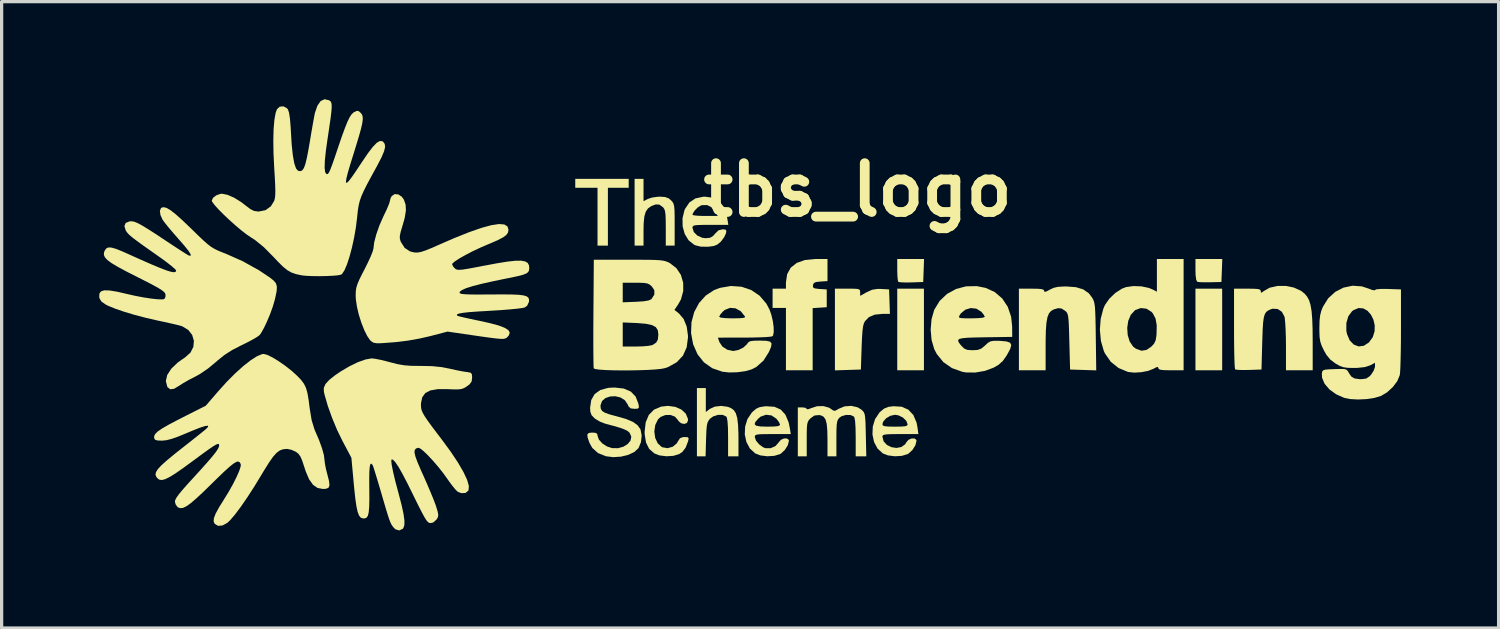
<source format=kicad_pcb>
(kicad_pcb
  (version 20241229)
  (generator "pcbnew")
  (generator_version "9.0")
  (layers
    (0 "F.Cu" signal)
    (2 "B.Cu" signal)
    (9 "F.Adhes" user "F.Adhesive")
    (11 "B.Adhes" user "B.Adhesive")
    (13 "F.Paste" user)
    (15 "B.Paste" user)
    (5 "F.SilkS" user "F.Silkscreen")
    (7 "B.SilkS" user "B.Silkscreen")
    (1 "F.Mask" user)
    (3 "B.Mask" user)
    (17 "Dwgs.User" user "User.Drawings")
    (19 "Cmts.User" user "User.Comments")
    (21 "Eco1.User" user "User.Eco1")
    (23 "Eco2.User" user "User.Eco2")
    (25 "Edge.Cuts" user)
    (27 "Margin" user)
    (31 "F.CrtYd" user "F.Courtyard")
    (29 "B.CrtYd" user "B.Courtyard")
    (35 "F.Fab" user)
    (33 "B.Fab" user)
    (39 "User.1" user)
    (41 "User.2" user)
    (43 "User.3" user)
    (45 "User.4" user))
  (footprint "tbs_logo"
    (layer "F.Cu")
    (at 20.011 6.597)
    (property "Reference" "tbs_logo" (at 3.302 -3.81 0) (layer "F.SilkS") (effects (font (size 1.5 1.5) (thickness 0.3))))
    (attr board_only exclude_from_pos_files exclude_from_bom)
    (fp_poly (pts (xy 5.335 0.479) (xy 5.335 1.733) (xy 4.925 1.733) (xy 4.515 1.733) (xy 4.515 0.479) (xy 4.515 -0.775) (xy 4.925 -0.775) (xy 5.335 -0.775)) (stroke (width 0) (type solid)) (fill yes) (layer "F.SilkS"))
    (fp_poly (pts (xy 14.501 0.479) (xy 14.501 1.733) (xy 14.091 1.733) (xy 13.68 1.733) (xy 13.68 0.479) (xy 13.68 -0.775) (xy 14.091 -0.775) (xy 14.501 -0.775)) (stroke (width 0) (type solid)) (fill yes) (layer "F.SilkS"))
    (fp_poly (pts (xy 14.492 -1.334) (xy 14.478 -0.98) (xy 14.136 -0.972) (xy 13.963 -0.971) (xy 13.822 -0.975) (xy 13.742 -0.985) (xy 13.737 -0.987) (xy 13.703 -1.048) (xy 13.684 -1.195) (xy 13.68 -1.349) (xy 13.68 -1.687) (xy 14.093 -1.687) (xy 14.505 -1.687)) (stroke (width 0) (type solid)) (fill yes) (layer "F.SilkS"))
    (fp_poly (pts (xy 5.326 -1.334) (xy 5.313 -0.98) (xy 4.946 -0.967) (xy 4.771 -0.965) (xy 4.632 -0.97) (xy 4.554 -0.982) (xy 4.547 -0.986) (xy 4.531 -1.045) (xy 4.52 -1.169) (xy 4.515 -1.333) (xy 4.515 -1.353) (xy 4.515 -1.687) (xy 4.927 -1.687) (xy 5.339 -1.687)) (stroke (width 0) (type solid)) (fill yes) (layer "F.SilkS"))
    (fp_poly (pts (xy -3.739 -4.013) (xy -3.739 -3.876) (xy -4.059 -3.876) (xy -4.378 -3.876) (xy -4.378 -2.987) (xy -4.378 -2.098) (xy -4.537 -2.098) (xy -4.697 -2.098) (xy -4.697 -2.987) (xy -4.697 -3.876) (xy -5.039 -3.876) (xy -5.381 -3.876) (xy -5.381 -4.013) (xy -5.381 -4.15) (xy -4.56 -4.15) (xy -3.739 -4.15)) (stroke (width 0) (type solid)) (fill yes) (layer "F.SilkS"))
    (fp_poly (pts (xy 3.175 -0.774) (xy 3.289 -0.767) (xy 3.349 -0.75) (xy 3.371 -0.716) (xy 3.375 -0.664) (xy 3.375 -0.554) (xy 3.577 -0.667) (xy 3.743 -0.742) (xy 3.908 -0.768) (xy 4.022 -0.766) (xy 4.264 -0.752) (xy 4.277 -0.376) (xy 4.29 0) (xy 4.063 0) (xy 3.823 0.023) (xy 3.647 0.097) (xy 3.523 0.224) (xy 3.49 0.289) (xy 3.465 0.383) (xy 3.447 0.521) (xy 3.433 0.718) (xy 3.421 0.99) (xy 3.42 1.026) (xy 3.397 1.71) (xy 2.998 1.723) (xy 2.599 1.736) (xy 2.599 0.481) (xy 2.599 -0.775) (xy 2.987 -0.775)) (stroke (width 0) (type solid)) (fill yes) (layer "F.SilkS"))
    (fp_poly (pts (xy 2.371 -1.348) (xy 2.371 -1.008) (xy 2.155 -0.994) (xy 2.02 -0.979) (xy 1.952 -0.948) (xy 1.925 -0.889) (xy 1.924 -0.88) (xy 1.925 -0.82) (xy 1.966 -0.787) (xy 2.068 -0.771) (xy 2.129 -0.766) (xy 2.348 -0.752) (xy 2.348 -0.479) (xy 2.348 -0.205) (xy 2.132 -0.191) (xy 1.915 -0.177) (xy 1.915 0.778) (xy 1.915 1.733) (xy 1.505 1.733) (xy 1.094 1.733) (xy 1.094 0.775) (xy 1.094 -0.182) (xy 0.889 -0.182) (xy 0.684 -0.182) (xy 0.684 -0.479) (xy 0.684 -0.775) (xy 0.889 -0.775) (xy 1.094 -0.775) (xy 1.094 -0.97) (xy 1.132 -1.222) (xy 1.242 -1.421) (xy 1.425 -1.566) (xy 1.677 -1.655) (xy 1.998 -1.687) (xy 2.016 -1.687) (xy 2.371 -1.687)) (stroke (width 0) (type solid)) (fill yes) (layer "F.SilkS"))
    (fp_poly (pts (xy -1.368 2.648) (xy -1.368 3.016) (xy -1.248 2.922) (xy -1.095 2.851) (xy -0.9 2.828) (xy -0.701 2.854) (xy -0.593 2.896) (xy -0.507 2.959) (xy -0.445 3.056) (xy -0.403 3.2) (xy -0.378 3.402) (xy -0.366 3.676) (xy -0.365 3.842) (xy -0.365 4.378) (xy -0.524 4.378) (xy -0.684 4.378) (xy -0.684 3.794) (xy -0.688 3.502) (xy -0.702 3.298) (xy -0.724 3.182) (xy -0.739 3.156) (xy -0.848 3.104) (xy -0.994 3.103) (xy -1.14 3.15) (xy -1.235 3.218) (xy -1.283 3.277) (xy -1.316 3.343) (xy -1.337 3.437) (xy -1.35 3.577) (xy -1.358 3.783) (xy -1.361 3.857) (xy -1.376 4.378) (xy -1.509 4.378) (xy -1.642 4.378) (xy -1.642 3.329) (xy -1.642 2.28) (xy -1.505 2.28) (xy -1.368 2.28)) (stroke (width 0) (type solid)) (fill yes) (layer "F.SilkS"))
    (fp_poly (pts (xy -3.283 -3.807) (xy -3.283 -3.463) (xy -3.149 -3.533) (xy -3.021 -3.575) (xy -2.856 -3.599) (xy -2.782 -3.603) (xy -2.621 -3.592) (xy -2.512 -3.552) (xy -2.438 -3.491) (xy -2.393 -3.442) (xy -2.363 -3.39) (xy -2.343 -3.317) (xy -2.332 -3.208) (xy -2.327 -3.044) (xy -2.326 -2.81) (xy -2.326 -2.738) (xy -2.326 -2.098) (xy -2.462 -2.098) (xy -2.599 -2.098) (xy -2.599 -2.645) (xy -2.601 -2.881) (xy -2.607 -3.044) (xy -2.621 -3.152) (xy -2.644 -3.222) (xy -2.68 -3.273) (xy -2.69 -3.283) (xy -2.797 -3.359) (xy -2.911 -3.364) (xy -3.049 -3.31) (xy -3.148 -3.239) (xy -3.216 -3.138) (xy -3.258 -2.99) (xy -3.279 -2.781) (xy -3.283 -2.552) (xy -3.283 -2.098) (xy -3.42 -2.098) (xy -3.557 -2.098) (xy -3.557 -3.124) (xy -3.557 -4.15) (xy -3.42 -4.15) (xy -3.283 -4.15)) (stroke (width 0) (type solid)) (fill yes) (layer "F.SilkS"))
    (fp_poly (pts (xy -2.307 2.858) (xy -2.118 2.941) (xy -1.984 3.066) (xy -1.919 3.222) (xy -1.915 3.271) (xy -1.948 3.352) (xy -2.027 3.382) (xy -2.123 3.364) (xy -2.205 3.297) (xy -2.226 3.262) (xy -2.318 3.158) (xy -2.456 3.106) (xy -2.612 3.109) (xy -2.756 3.166) (xy -2.838 3.242) (xy -2.923 3.417) (xy -2.951 3.615) (xy -2.925 3.809) (xy -2.848 3.976) (xy -2.725 4.09) (xy -2.705 4.099) (xy -2.545 4.128) (xy -2.385 4.083) (xy -2.26 3.978) (xy -2.226 3.919) (xy -2.162 3.821) (xy -2.066 3.787) (xy -2.021 3.785) (xy -1.923 3.791) (xy -1.895 3.828) (xy -1.913 3.915) (xy -1.989 4.112) (xy -2.089 4.242) (xy -2.188 4.309) (xy -2.366 4.363) (xy -2.581 4.376) (xy -2.793 4.349) (xy -2.95 4.288) (xy -3.11 4.148) (xy -3.207 3.953) (xy -3.248 3.696) (xy -3.249 3.622) (xy -3.216 3.332) (xy -3.12 3.105) (xy -2.962 2.944) (xy -2.746 2.851) (xy -2.533 2.827)) (stroke (width 0) (type solid)) (fill yes) (layer "F.SilkS"))
    (fp_poly (pts (xy 10.006 -0.821) (xy 10.231 -0.753) (xy 10.401 -0.634) (xy 10.499 -0.508) (xy 10.532 -0.45) (xy 10.558 -0.389) (xy 10.577 -0.311) (xy 10.591 -0.205) (xy 10.6 -0.056) (xy 10.607 0.147) (xy 10.613 0.419) (xy 10.617 0.697) (xy 10.631 1.736) (xy 10.229 1.723) (xy 9.827 1.71) (xy 9.804 0.851) (xy 9.796 0.551) (xy 9.788 0.328) (xy 9.778 0.171) (xy 9.765 0.064) (xy 9.746 -0.006) (xy 9.721 -0.051) (xy 9.686 -0.085) (xy 9.674 -0.095) (xy 9.565 -0.165) (xy 9.46 -0.176) (xy 9.326 -0.137) (xy 9.242 -0.09) (xy 9.178 -0.015) (xy 9.132 0.1) (xy 9.101 0.266) (xy 9.083 0.494) (xy 9.076 0.797) (xy 9.075 0.979) (xy 9.075 1.733) (xy 8.664 1.733) (xy 8.254 1.733) (xy 8.254 0.479) (xy 8.254 -0.775) (xy 8.641 -0.775) (xy 8.836 -0.772) (xy 8.955 -0.761) (xy 9.014 -0.74) (xy 9.029 -0.708) (xy 9.045 -0.676) (xy 9.105 -0.691) (xy 9.2 -0.743) (xy 9.32 -0.8) (xy 9.454 -0.831) (xy 9.636 -0.842) (xy 9.713 -0.843)) (stroke (width 0) (type solid)) (fill yes) (layer "F.SilkS"))
    (fp_poly (pts (xy 16.704 -0.81) (xy 16.924 -0.71) (xy 17.035 -0.622) (xy 17.113 -0.529) (xy 17.173 -0.417) (xy 17.217 -0.273) (xy 17.249 -0.086) (xy 17.269 0.157) (xy 17.28 0.466) (xy 17.283 0.854) (xy 17.283 0.869) (xy 17.283 1.733) (xy 16.873 1.733) (xy 16.462 1.733) (xy 16.462 0.992) (xy 16.459 0.727) (xy 16.451 0.483) (xy 16.439 0.278) (xy 16.425 0.133) (xy 16.416 0.085) (xy 16.335 -0.065) (xy 16.208 -0.15) (xy 16.053 -0.159) (xy 16.001 -0.144) (xy 15.919 -0.107) (xy 15.857 -0.062) (xy 15.813 0.007) (xy 15.781 0.111) (xy 15.76 0.263) (xy 15.746 0.477) (xy 15.736 0.764) (xy 15.732 0.885) (xy 15.71 1.71) (xy 15.32 1.723) (xy 15.139 1.725) (xy 14.995 1.721) (xy 14.91 1.71) (xy 14.898 1.704) (xy 14.89 1.652) (xy 14.882 1.52) (xy 14.875 1.322) (xy 14.87 1.069) (xy 14.867 0.774) (xy 14.866 0.449) (xy 14.866 0.448) (xy 14.866 -0.775) (xy 15.276 -0.775) (xy 15.474 -0.773) (xy 15.597 -0.764) (xy 15.662 -0.746) (xy 15.685 -0.716) (xy 15.687 -0.7) (xy 15.695 -0.65) (xy 15.735 -0.667) (xy 15.767 -0.693) (xy 15.958 -0.803) (xy 16.194 -0.858) (xy 16.452 -0.86)) (stroke (width 0) (type solid)) (fill yes) (layer "F.SilkS"))
    (fp_poly (pts (xy -1.147 -3.569) (xy -0.958 -3.467) (xy -0.82 -3.292) (xy -0.729 -3.041) (xy -0.708 -2.93) (xy -0.676 -2.736) (xy -1.227 -2.736) (xy -1.459 -2.735) (xy -1.615 -2.731) (xy -1.71 -2.721) (xy -1.758 -2.702) (xy -1.776 -2.673) (xy -1.778 -2.643) (xy -1.737 -2.514) (xy -1.629 -2.407) (xy -1.478 -2.339) (xy -1.371 -2.326) (xy -1.235 -2.34) (xy -1.141 -2.398) (xy -1.087 -2.462) (xy -0.977 -2.569) (xy -0.853 -2.599) (xy -0.761 -2.591) (xy -0.737 -2.546) (xy -0.75 -2.474) (xy -0.803 -2.359) (xy -0.893 -2.236) (xy -0.913 -2.215) (xy -1.01 -2.133) (xy -1.118 -2.088) (xy -1.274 -2.066) (xy -1.309 -2.064) (xy -1.522 -2.066) (xy -1.686 -2.107) (xy -1.733 -2.129) (xy -1.899 -2.263) (xy -2.017 -2.457) (xy -2.081 -2.689) (xy -2.085 -2.938) (xy -2.059 -3.045) (xy -1.778 -3.045) (xy -1.736 -3.029) (xy -1.624 -3.017) (xy -1.462 -3.01) (xy -1.39 -3.01) (xy -1.001 -3.01) (xy -1.068 -3.14) (xy -1.179 -3.272) (xy -1.329 -3.344) (xy -1.488 -3.342) (xy -1.515 -3.334) (xy -1.618 -3.27) (xy -1.714 -3.174) (xy -1.772 -3.077) (xy -1.778 -3.045) (xy -2.059 -3.045) (xy -2.025 -3.185) (xy -2.008 -3.225) (xy -1.874 -3.424) (xy -1.687 -3.549) (xy -1.446 -3.601) (xy -1.391 -3.602)) (stroke (width 0) (type solid)) (fill yes) (layer "F.SilkS"))
    (fp_poly (pts (xy 13.316 0.023) (xy 13.316 1.733) (xy 12.928 1.733) (xy 12.733 1.73) (xy 12.614 1.719) (xy 12.555 1.697) (xy 12.54 1.666) (xy 12.526 1.63) (xy 12.471 1.643) (xy 12.391 1.687) (xy 12.228 1.751) (xy 12.016 1.792) (xy 11.797 1.805) (xy 11.611 1.785) (xy 11.606 1.784) (xy 11.316 1.663) (xy 11.076 1.471) (xy 10.899 1.216) (xy 10.865 1.144) (xy 10.775 0.834) (xy 10.743 0.493) (xy 10.747 0.432) (xy 11.583 0.432) (xy 11.598 0.651) (xy 11.659 0.851) (xy 11.766 1.008) (xy 11.851 1.071) (xy 12.021 1.132) (xy 12.175 1.108) (xy 12.319 1.011) (xy 12.407 0.917) (xy 12.456 0.815) (xy 12.481 0.666) (xy 12.484 0.625) (xy 12.49 0.35) (xy 12.453 0.141) (xy 12.369 -0.017) (xy 12.328 -0.063) (xy 12.173 -0.16) (xy 11.997 -0.179) (xy 11.829 -0.117) (xy 11.821 -0.111) (xy 11.693 0.028) (xy 11.614 0.216) (xy 11.583 0.432) (xy 10.747 0.432) (xy 10.768 0.152) (xy 10.849 -0.16) (xy 10.899 -0.274) (xy 11.033 -0.467) (xy 11.216 -0.642) (xy 11.419 -0.774) (xy 11.546 -0.823) (xy 11.77 -0.855) (xy 12.018 -0.846) (xy 12.247 -0.798) (xy 12.353 -0.755) (xy 12.495 -0.682) (xy 12.495 -1.184) (xy 12.495 -1.687) (xy 12.905 -1.687) (xy 13.316 -1.687)) (stroke (width 0) (type solid)) (fill yes) (layer "F.SilkS"))
    (fp_poly (pts (xy 4.649 2.853) (xy 4.856 2.944) (xy 5.01 3.108) (xy 5.109 3.343) (xy 5.136 3.483) (xy 5.165 3.694) (xy 4.612 3.694) (xy 4.378 3.695) (xy 4.221 3.7) (xy 4.125 3.711) (xy 4.077 3.73) (xy 4.06 3.759) (xy 4.059 3.775) (xy 4.097 3.919) (xy 4.198 4.028) (xy 4.337 4.097) (xy 4.492 4.12) (xy 4.64 4.092) (xy 4.757 4.008) (xy 4.796 3.945) (xy 4.861 3.87) (xy 4.954 3.83) (xy 5.044 3.828) (xy 5.101 3.87) (xy 5.107 3.901) (xy 5.072 4.04) (xy 4.981 4.183) (xy 4.862 4.293) (xy 4.835 4.309) (xy 4.657 4.363) (xy 4.441 4.376) (xy 4.23 4.349) (xy 4.072 4.288) (xy 3.909 4.139) (xy 3.802 3.938) (xy 3.753 3.706) (xy 3.763 3.464) (xy 3.784 3.395) (xy 4.059 3.395) (xy 4.074 3.43) (xy 4.13 3.452) (xy 4.244 3.463) (xy 4.431 3.466) (xy 4.446 3.466) (xy 4.639 3.463) (xy 4.757 3.453) (xy 4.816 3.432) (xy 4.834 3.398) (xy 4.834 3.395) (xy 4.793 3.287) (xy 4.691 3.187) (xy 4.554 3.119) (xy 4.446 3.101) (xy 4.303 3.132) (xy 4.172 3.209) (xy 4.082 3.313) (xy 4.059 3.395) (xy 3.784 3.395) (xy 3.834 3.233) (xy 3.967 3.033) (xy 3.993 3.007) (xy 4.112 2.91) (xy 4.238 2.859) (xy 4.392 2.838)) (stroke (width 0) (type solid)) (fill yes) (layer "F.SilkS"))
    (fp_poly (pts (xy 0.739 2.855) (xy 0.934 2.94) (xy 1.078 3.098) (xy 1.176 3.332) (xy 1.212 3.503) (xy 1.243 3.694) (xy 0.69 3.694) (xy 0.458 3.695) (xy 0.301 3.699) (xy 0.206 3.709) (xy 0.157 3.727) (xy 0.139 3.757) (xy 0.137 3.787) (xy 0.174 3.895) (xy 0.268 4.008) (xy 0.39 4.098) (xy 0.465 4.128) (xy 0.624 4.128) (xy 0.771 4.064) (xy 0.871 3.951) (xy 0.874 3.945) (xy 0.94 3.87) (xy 1.032 3.83) (xy 1.122 3.828) (xy 1.179 3.87) (xy 1.186 3.901) (xy 1.15 4.04) (xy 1.059 4.183) (xy 0.94 4.293) (xy 0.914 4.309) (xy 0.735 4.363) (xy 0.52 4.376) (xy 0.308 4.349) (xy 0.15 4.288) (xy -0.014 4.138) (xy -0.121 3.937) (xy -0.171 3.705) (xy -0.16 3.463) (xy -0.138 3.39) (xy 0.131 3.39) (xy 0.178 3.436) (xy 0.304 3.459) (xy 0.514 3.466) (xy 0.524 3.466) (xy 0.723 3.462) (xy 0.845 3.45) (xy 0.902 3.426) (xy 0.912 3.404) (xy 0.883 3.331) (xy 0.812 3.235) (xy 0.8 3.222) (xy 0.652 3.121) (xy 0.483 3.1) (xy 0.318 3.157) (xy 0.249 3.213) (xy 0.157 3.318) (xy 0.131 3.39) (xy -0.138 3.39) (xy -0.089 3.232) (xy 0.045 3.034) (xy 0.067 3.011) (xy 0.177 2.917) (xy 0.285 2.867) (xy 0.432 2.843) (xy 0.49 2.839)) (stroke (width 0) (type solid)) (fill yes) (layer "F.SilkS"))
    (fp_poly (pts (xy 3.294 2.87) (xy 3.406 2.937) (xy 3.456 2.982) (xy 3.491 3.028) (xy 3.515 3.092) (xy 3.529 3.188) (xy 3.539 3.334) (xy 3.545 3.545) (xy 3.549 3.712) (xy 3.564 4.378) (xy 3.401 4.378) (xy 3.238 4.378) (xy 3.238 3.794) (xy 3.233 3.502) (xy 3.22 3.298) (xy 3.198 3.182) (xy 3.183 3.156) (xy 3.08 3.108) (xy 2.94 3.106) (xy 2.804 3.145) (xy 2.736 3.192) (xy 2.697 3.24) (xy 2.671 3.304) (xy 2.655 3.402) (xy 2.647 3.551) (xy 2.645 3.769) (xy 2.645 3.831) (xy 2.645 4.378) (xy 2.508 4.378) (xy 2.371 4.378) (xy 2.371 3.865) (xy 2.365 3.584) (xy 2.347 3.382) (xy 2.311 3.245) (xy 2.254 3.162) (xy 2.171 3.12) (xy 2.109 3.109) (xy 1.969 3.124) (xy 1.848 3.21) (xy 1.798 3.264) (xy 1.765 3.323) (xy 1.746 3.404) (xy 1.736 3.527) (xy 1.733 3.711) (xy 1.733 3.851) (xy 1.733 4.378) (xy 1.596 4.378) (xy 1.459 4.378) (xy 1.459 3.625) (xy 1.459 2.873) (xy 1.596 2.873) (xy 1.692 2.886) (xy 1.733 2.919) (xy 1.733 2.92) (xy 1.767 2.934) (xy 1.855 2.903) (xy 1.867 2.897) (xy 2.052 2.838) (xy 2.248 2.834) (xy 2.42 2.883) (xy 2.471 2.916) (xy 2.551 2.972) (xy 2.61 2.977) (xy 2.694 2.931) (xy 2.717 2.916) (xy 2.898 2.842) (xy 3.102 2.827)) (stroke (width 0) (type solid)) (fill yes) (layer "F.SilkS"))
    (fp_poly (pts (xy -0.269 -0.834) (xy 0.027 -0.733) (xy 0.284 -0.559) (xy 0.491 -0.317) (xy 0.587 -0.137) (xy 0.647 0.033) (xy 0.691 0.221) (xy 0.716 0.405) (xy 0.719 0.56) (xy 0.699 0.663) (xy 0.679 0.688) (xy 0.615 0.701) (xy 0.475 0.713) (xy 0.276 0.721) (xy 0.034 0.727) (xy -0.191 0.729) (xy -0.998 0.73) (xy -0.95 0.868) (xy -0.858 1.005) (xy -0.708 1.102) (xy -0.529 1.14) (xy -0.524 1.14) (xy -0.368 1.11) (xy -0.214 1.034) (xy -0.104 0.933) (xy -0.091 0.912) (xy -0.053 0.864) (xy 0.012 0.836) (xy 0.125 0.824) (xy 0.293 0.821) (xy 0.491 0.827) (xy 0.608 0.853) (xy 0.653 0.912) (xy 0.637 1.015) (xy 0.572 1.169) (xy 0.403 1.437) (xy 0.185 1.63) (xy 0.044 1.704) (xy -0.156 1.761) (xy -0.403 1.794) (xy -0.655 1.8) (xy -0.86 1.777) (xy -1.17 1.67) (xy -1.426 1.49) (xy -1.624 1.241) (xy -1.759 0.932) (xy -1.822 0.589) (xy -1.809 0.255) (xy -1.764 0.089) (xy -0.958 0.089) (xy -0.914 0.113) (xy -0.789 0.129) (xy -0.594 0.137) (xy -0.545 0.137) (xy -0.343 0.134) (xy -0.221 0.124) (xy -0.166 0.105) (xy -0.164 0.08) (xy -0.295 -0.081) (xy -0.454 -0.171) (xy -0.624 -0.185) (xy -0.786 -0.121) (xy -0.846 -0.07) (xy -0.921 0.018) (xy -0.957 0.084) (xy -0.958 0.089) (xy -1.764 0.089) (xy -1.725 -0.057) (xy -1.577 -0.334) (xy -1.37 -0.564) (xy -1.112 -0.733) (xy -0.938 -0.799) (xy -0.595 -0.858)) (stroke (width 0) (type solid)) (fill yes) (layer "F.SilkS"))
    (fp_poly (pts (xy 7.231 -0.799) (xy 7.513 -0.67) (xy 7.743 -0.472) (xy 7.912 -0.215) (xy 8.016 0.091) (xy 8.046 0.383) (xy 8.049 0.707) (xy 7.216 0.719) (xy 6.903 0.725) (xy 6.671 0.733) (xy 6.514 0.748) (xy 6.421 0.771) (xy 6.385 0.808) (xy 6.396 0.86) (xy 6.445 0.931) (xy 6.494 0.989) (xy 6.578 1.069) (xy 6.673 1.107) (xy 6.817 1.117) (xy 6.834 1.117) (xy 6.987 1.108) (xy 7.096 1.068) (xy 7.206 0.979) (xy 7.218 0.967) (xy 7.306 0.887) (xy 7.382 0.844) (xy 7.479 0.827) (xy 7.625 0.827) (xy 7.688 0.83) (xy 7.875 0.847) (xy 7.983 0.886) (xy 8.019 0.958) (xy 7.987 1.077) (xy 7.892 1.254) (xy 7.879 1.276) (xy 7.761 1.445) (xy 7.63 1.564) (xy 7.479 1.652) (xy 7.212 1.751) (xy 6.916 1.802) (xy 6.631 1.8) (xy 6.521 1.782) (xy 6.197 1.666) (xy 5.932 1.482) (xy 5.73 1.233) (xy 5.652 1.083) (xy 5.57 0.802) (xy 5.542 0.485) (xy 5.569 0.166) (xy 5.59 0.09) (xy 6.411 0.09) (xy 6.424 0.116) (xy 6.482 0.13) (xy 6.6 0.136) (xy 6.793 0.137) (xy 7.002 0.132) (xy 7.142 0.117) (xy 7.203 0.095) (xy 7.205 0.089) (xy 7.175 0.027) (xy 7.103 -0.06) (xy 7.093 -0.07) (xy 6.945 -0.161) (xy 6.774 -0.179) (xy 6.607 -0.129) (xy 6.47 -0.015) (xy 6.429 0.048) (xy 6.411 0.09) (xy 5.59 0.09) (xy 5.649 -0.117) (xy 5.653 -0.127) (xy 5.819 -0.4) (xy 6.046 -0.614) (xy 6.321 -0.765) (xy 6.63 -0.847) (xy 6.96 -0.853)) (stroke (width 0) (type solid)) (fill yes) (layer "F.SilkS"))
    (fp_poly (pts (xy -3.89 2.295) (xy -3.675 2.387) (xy -3.526 2.541) (xy -3.441 2.759) (xy -3.438 2.773) (xy -3.424 2.871) (xy -3.454 2.911) (xy -3.549 2.918) (xy -3.564 2.918) (xy -3.678 2.904) (xy -3.742 2.845) (xy -3.771 2.781) (xy -3.859 2.652) (xy -3.991 2.569) (xy -4.148 2.531) (xy -4.309 2.538) (xy -4.453 2.587) (xy -4.558 2.678) (xy -4.605 2.809) (xy -4.606 2.829) (xy -4.596 2.917) (xy -4.555 2.984) (xy -4.47 3.038) (xy -4.324 3.09) (xy -4.105 3.149) (xy -4.1 3.15) (xy -3.814 3.232) (xy -3.607 3.32) (xy -3.468 3.42) (xy -3.382 3.539) (xy -3.374 3.558) (xy -3.34 3.739) (xy -3.362 3.942) (xy -3.435 4.121) (xy -3.437 4.125) (xy -3.562 4.242) (xy -3.75 4.332) (xy -3.977 4.388) (xy -4.218 4.403) (xy -4.439 4.375) (xy -4.683 4.277) (xy -4.858 4.119) (xy -4.943 3.967) (xy -5 3.806) (xy -5.011 3.709) (xy -4.971 3.662) (xy -4.876 3.648) (xy -4.857 3.648) (xy -4.747 3.658) (xy -4.703 3.697) (xy -4.697 3.743) (xy -4.656 3.862) (xy -4.551 3.98) (xy -4.404 4.075) (xy -4.25 4.125) (xy -4.067 4.128) (xy -3.902 4.082) (xy -3.77 4) (xy -3.683 3.894) (xy -3.658 3.776) (xy -3.707 3.66) (xy -3.716 3.648) (xy -3.774 3.599) (xy -3.864 3.553) (xy -3.999 3.503) (xy -4.196 3.445) (xy -4.455 3.376) (xy -4.616 3.315) (xy -4.764 3.227) (xy -4.786 3.21) (xy -4.878 3.116) (xy -4.917 3.013) (xy -4.925 2.889) (xy -4.89 2.648) (xy -4.785 2.464) (xy -4.61 2.339) (xy -4.366 2.273) (xy -4.173 2.263)) (stroke (width 0) (type solid)) (fill yes) (layer "F.SilkS"))
    (fp_poly (pts (xy -3.398 -1.664) (xy -3.135 -1.662) (xy -2.937 -1.658) (xy -2.792 -1.65) (xy -2.686 -1.637) (xy -2.606 -1.619) (xy -2.54 -1.594) (xy -2.474 -1.561) (xy -2.472 -1.56) (xy -2.273 -1.406) (xy -2.135 -1.199) (xy -2.064 -0.958) (xy -2.062 -0.702) (xy -2.132 -0.446) (xy -2.217 -0.294) (xy -2.333 -0.122) (xy -2.198 -0.016) (xy -2.052 0.153) (xy -1.957 0.386) (xy -1.917 0.667) (xy -1.916 0.719) (xy -1.956 1.026) (xy -2.07 1.282) (xy -2.259 1.484) (xy -2.518 1.63) (xy -2.627 1.668) (xy -2.743 1.69) (xy -2.922 1.708) (xy -3.148 1.722) (xy -3.407 1.731) (xy -3.681 1.736) (xy -3.957 1.737) (xy -4.219 1.734) (xy -4.451 1.726) (xy -4.637 1.713) (xy -4.763 1.696) (xy -4.813 1.676) (xy -4.818 1.618) (xy -4.821 1.48) (xy -4.824 1.272) (xy -4.826 1.005) (xy -4.826 0.69) (xy -4.826 0.633) (xy -3.922 0.633) (xy -3.922 1.003) (xy -3.508 1.003) (xy -3.312 0.998) (xy -3.14 0.983) (xy -3.022 0.961) (xy -2.995 0.951) (xy -2.892 0.88) (xy -2.842 0.788) (xy -2.828 0.642) (xy -2.828 0.628) (xy -2.845 0.5) (xy -2.905 0.407) (xy -3.021 0.344) (xy -3.202 0.305) (xy -3.461 0.283) (xy -3.495 0.281) (xy -3.922 0.263) (xy -3.922 0.633) (xy -4.826 0.633) (xy -4.825 0.336) (xy -4.823 -0.023) (xy -4.818 -0.657) (xy -3.922 -0.657) (xy -3.922 -0.356) (xy -3.513 -0.372) (xy -3.28 -0.387) (xy -3.127 -0.413) (xy -3.044 -0.451) (xy -3.039 -0.456) (xy -2.95 -0.595) (xy -2.951 -0.729) (xy -3.028 -0.843) (xy -3.092 -0.899) (xy -3.163 -0.934) (xy -3.264 -0.951) (xy -3.42 -0.957) (xy -3.532 -0.958) (xy -3.922 -0.958) (xy -3.922 -0.657) (xy -4.818 -0.657) (xy -4.811 -1.664) (xy -3.739 -1.664)) (stroke (width 0) (type solid)) (fill yes) (layer "F.SilkS"))
    (fp_poly (pts (xy 18.797 -0.845) (xy 19.004 -0.776) (xy 19.117 -0.734) (xy 19.187 -0.724) (xy 19.198 -0.734) (xy 19.241 -0.755) (xy 19.362 -0.766) (xy 19.548 -0.767) (xy 19.597 -0.766) (xy 19.996 -0.752) (xy 19.996 0.479) (xy 19.995 0.815) (xy 19.991 1.129) (xy 19.985 1.407) (xy 19.978 1.635) (xy 19.969 1.8) (xy 19.959 1.884) (xy 19.884 2.065) (xy 19.745 2.25) (xy 19.566 2.413) (xy 19.384 2.521) (xy 19.187 2.581) (xy 18.937 2.619) (xy 18.672 2.631) (xy 18.426 2.617) (xy 18.255 2.582) (xy 18.003 2.47) (xy 17.797 2.321) (xy 17.649 2.147) (xy 17.571 1.962) (xy 17.565 1.835) (xy 17.576 1.774) (xy 17.603 1.736) (xy 17.665 1.715) (xy 17.783 1.704) (xy 17.953 1.697) (xy 18.138 1.692) (xy 18.253 1.695) (xy 18.32 1.714) (xy 18.361 1.755) (xy 18.396 1.817) (xy 18.47 1.925) (xy 18.568 1.984) (xy 18.717 2.005) (xy 18.787 2.006) (xy 18.927 1.988) (xy 19.033 1.918) (xy 19.08 1.866) (xy 19.157 1.747) (xy 19.197 1.633) (xy 19.198 1.614) (xy 19.198 1.503) (xy 19.05 1.581) (xy 18.892 1.634) (xy 18.664 1.659) (xy 18.555 1.662) (xy 18.365 1.658) (xy 18.23 1.64) (xy 18.116 1.599) (xy 17.987 1.526) (xy 17.986 1.526) (xy 17.827 1.407) (xy 17.706 1.26) (xy 17.626 1.119) (xy 17.558 0.977) (xy 17.517 0.854) (xy 17.496 0.719) (xy 17.489 0.539) (xy 17.489 0.513) (xy 18.317 0.513) (xy 18.337 0.618) (xy 18.42 0.813) (xy 18.544 0.942) (xy 18.694 1) (xy 18.855 0.98) (xy 19.011 0.878) (xy 19.016 0.873) (xy 19.13 0.714) (xy 19.186 0.536) (xy 19.19 0.353) (xy 19.15 0.178) (xy 19.073 0.024) (xy 18.967 -0.096) (xy 18.838 -0.168) (xy 18.694 -0.18) (xy 18.542 -0.118) (xy 18.491 -0.08) (xy 18.378 0.074) (xy 18.318 0.28) (xy 18.317 0.513) (xy 17.489 0.513) (xy 17.489 0.436) (xy 17.494 0.209) (xy 17.513 0.04) (xy 17.551 -0.104) (xy 17.598 -0.219) (xy 17.759 -0.478) (xy 17.975 -0.676) (xy 18.23 -0.807) (xy 18.509 -0.866)) (stroke (width 0) (type solid)) (fill yes) (layer "F.SilkS"))
    (fp_poly (pts (xy -14.846 1.26) (xy -14.687 1.338) (xy -14.497 1.454) (xy -14.295 1.595) (xy -14.098 1.749) (xy -13.926 1.905) (xy -13.924 1.907) (xy -13.805 2.032) (xy -13.719 2.148) (xy -13.657 2.275) (xy -13.612 2.433) (xy -13.576 2.644) (xy -13.544 2.896) (xy -13.483 3.267) (xy -13.395 3.553) (xy -13.375 3.6) (xy -13.257 3.874) (xy -13.165 4.128) (xy -13.106 4.342) (xy -13.088 4.488) (xy -13.075 4.604) (xy -13.042 4.77) (xy -12.999 4.939) (xy -12.948 5.139) (xy -12.935 5.269) (xy -12.964 5.343) (xy -13.04 5.375) (xy -13.135 5.381) (xy -13.301 5.35) (xy -13.441 5.253) (xy -13.562 5.082) (xy -13.669 4.83) (xy -13.706 4.714) (xy -13.771 4.517) (xy -13.826 4.387) (xy -13.885 4.304) (xy -13.959 4.244) (xy -13.969 4.238) (xy -14.103 4.178) (xy -14.233 4.15) (xy -14.241 4.15) (xy -14.356 4.16) (xy -14.458 4.195) (xy -14.558 4.268) (xy -14.665 4.386) (xy -14.788 4.561) (xy -14.939 4.802) (xy -15.024 4.943) (xy -15.245 5.306) (xy -15.459 5.637) (xy -15.658 5.926) (xy -15.836 6.163) (xy -15.984 6.337) (xy -16.074 6.422) (xy -16.223 6.503) (xy -16.359 6.514) (xy -16.462 6.453) (xy -16.495 6.38) (xy -16.487 6.279) (xy -16.434 6.139) (xy -16.331 5.95) (xy -16.184 5.714) (xy -16.034 5.47) (xy -15.9 5.231) (xy -15.789 5.011) (xy -15.708 4.825) (xy -15.664 4.688) (xy -15.661 4.619) (xy -15.692 4.562) (xy -15.735 4.537) (xy -15.798 4.549) (xy -15.889 4.604) (xy -16.015 4.706) (xy -16.185 4.86) (xy -16.405 5.073) (xy -16.547 5.212) (xy -16.814 5.473) (xy -17.028 5.672) (xy -17.196 5.816) (xy -17.328 5.91) (xy -17.43 5.96) (xy -17.513 5.971) (xy -17.583 5.95) (xy -17.598 5.942) (xy -17.659 5.864) (xy -17.684 5.782) (xy -17.678 5.727) (xy -17.641 5.652) (xy -17.567 5.548) (xy -17.449 5.405) (xy -17.279 5.213) (xy -17.136 5.057) (xy -16.88 4.776) (xy -16.681 4.553) (xy -16.533 4.38) (xy -16.429 4.249) (xy -16.365 4.153) (xy -16.332 4.082) (xy -16.325 4.041) (xy -16.332 4.006) (xy -16.357 3.995) (xy -16.409 4.012) (xy -16.497 4.062) (xy -16.63 4.152) (xy -16.815 4.285) (xy -17.063 4.468) (xy -17.131 4.518) (xy -17.429 4.736) (xy -17.666 4.901) (xy -17.849 5.014) (xy -17.989 5.082) (xy -18.093 5.107) (xy -18.171 5.092) (xy -18.231 5.043) (xy -18.259 5.004) (xy -18.282 4.939) (xy -18.267 4.864) (xy -18.208 4.77) (xy -18.098 4.652) (xy -17.932 4.502) (xy -17.701 4.312) (xy -17.511 4.161) (xy -17.292 3.989) (xy -17.091 3.83) (xy -16.922 3.695) (xy -16.798 3.596) (xy -16.737 3.546) (xy -16.664 3.47) (xy -16.67 3.437) (xy -16.755 3.446) (xy -16.917 3.498) (xy -17.155 3.592) (xy -17.296 3.652) (xy -17.57 3.765) (xy -17.78 3.84) (xy -17.945 3.882) (xy -18.08 3.896) (xy -18.221 3.891) (xy -18.294 3.868) (xy -18.323 3.818) (xy -18.323 3.816) (xy -18.322 3.751) (xy -18.286 3.684) (xy -18.206 3.609) (xy -18.074 3.519) (xy -17.88 3.407) (xy -17.617 3.268) (xy -17.455 3.185) (xy -16.736 2.822) (xy -16.35 2.374) (xy -16.089 2.085) (xy -15.829 1.825) (xy -15.582 1.602) (xy -15.355 1.425) (xy -15.16 1.3) (xy -15.006 1.237) (xy -14.956 1.231)) (stroke (width 0) (type solid)) (fill yes) (layer "F.SilkS"))
    (fp_poly (pts (xy -12.949 -6.566) (xy -12.947 -6.564) (xy -12.909 -6.539) (xy -12.883 -6.501) (xy -12.869 -6.44) (xy -12.867 -6.344) (xy -12.878 -6.203) (xy -12.902 -6.005) (xy -12.94 -5.74) (xy -12.991 -5.396) (xy -12.994 -5.381) (xy -13.047 -5.001) (xy -13.077 -4.707) (xy -13.084 -4.494) (xy -13.069 -4.361) (xy -13.037 -4.306) (xy -13.008 -4.295) (xy -12.98 -4.306) (xy -12.948 -4.351) (xy -12.907 -4.439) (xy -12.853 -4.582) (xy -12.78 -4.789) (xy -12.685 -5.071) (xy -12.674 -5.105) (xy -12.558 -5.444) (xy -12.462 -5.706) (xy -12.384 -5.902) (xy -12.317 -6.04) (xy -12.257 -6.132) (xy -12.2 -6.187) (xy -12.178 -6.2) (xy -12.09 -6.241) (xy -12.034 -6.23) (xy -11.974 -6.176) (xy -11.935 -6.126) (xy -11.914 -6.061) (xy -11.912 -5.97) (xy -11.93 -5.842) (xy -11.972 -5.666) (xy -12.038 -5.431) (xy -12.131 -5.126) (xy -12.182 -4.959) (xy -12.292 -4.607) (xy -12.371 -4.339) (xy -12.417 -4.154) (xy -12.43 -4.049) (xy -12.407 -4.024) (xy -12.347 -4.076) (xy -12.248 -4.204) (xy -12.11 -4.405) (xy -11.933 -4.672) (xy -11.75 -4.941) (xy -11.602 -5.134) (xy -11.484 -5.256) (xy -11.39 -5.312) (xy -11.314 -5.308) (xy -11.288 -5.292) (xy -11.237 -5.224) (xy -11.225 -5.131) (xy -11.256 -5) (xy -11.332 -4.819) (xy -11.456 -4.578) (xy -11.486 -4.523) (xy -11.655 -4.214) (xy -11.786 -3.971) (xy -11.883 -3.777) (xy -11.954 -3.617) (xy -12.003 -3.478) (xy -12.036 -3.343) (xy -12.06 -3.198) (xy -12.079 -3.028) (xy -12.086 -2.958) (xy -12.125 -2.646) (xy -12.18 -2.332) (xy -12.246 -2.031) (xy -12.32 -1.756) (xy -12.397 -1.521) (xy -12.473 -1.342) (xy -12.545 -1.231) (xy -12.579 -1.206) (xy -12.673 -1.186) (xy -12.833 -1.172) (xy -13.037 -1.163) (xy -13.259 -1.159) (xy -13.476 -1.162) (xy -13.664 -1.171) (xy -13.789 -1.185) (xy -13.963 -1.222) (xy -14.105 -1.272) (xy -14.234 -1.345) (xy -14.369 -1.456) (xy -14.53 -1.617) (xy -14.658 -1.753) (xy -14.953 -2.051) (xy -15.221 -2.269) (xy -15.349 -2.352) (xy -15.484 -2.443) (xy -15.65 -2.572) (xy -15.834 -2.727) (xy -16.021 -2.895) (xy -16.199 -3.064) (xy -16.354 -3.221) (xy -16.472 -3.353) (xy -16.541 -3.448) (xy -16.553 -3.481) (xy -16.513 -3.567) (xy -16.415 -3.643) (xy -16.289 -3.688) (xy -16.235 -3.693) (xy -16.068 -3.659) (xy -15.864 -3.57) (xy -15.648 -3.436) (xy -15.512 -3.331) (xy -15.368 -3.221) (xy -15.252 -3.164) (xy -15.13 -3.147) (xy -15.109 -3.146) (xy -14.901 -3.187) (xy -14.737 -3.306) (xy -14.636 -3.47) (xy -14.616 -3.537) (xy -14.603 -3.63) (xy -14.599 -3.762) (xy -14.603 -3.945) (xy -14.615 -4.194) (xy -14.633 -4.486) (xy -14.655 -4.931) (xy -14.661 -5.332) (xy -14.652 -5.681) (xy -14.627 -5.967) (xy -14.589 -6.18) (xy -14.548 -6.29) (xy -14.464 -6.368) (xy -14.352 -6.379) (xy -14.246 -6.324) (xy -14.211 -6.282) (xy -14.176 -6.177) (xy -14.148 -5.987) (xy -14.127 -5.721) (xy -14.122 -5.632) (xy -14.097 -5.212) (xy -14.062 -4.877) (xy -14.017 -4.629) (xy -13.963 -4.469) (xy -13.9 -4.398) (xy -13.897 -4.397) (xy -13.828 -4.387) (xy -13.77 -4.413) (xy -13.72 -4.485) (xy -13.674 -4.612) (xy -13.628 -4.804) (xy -13.577 -5.07) (xy -13.542 -5.274) (xy -13.498 -5.538) (xy -13.456 -5.78) (xy -13.42 -5.982) (xy -13.393 -6.124) (xy -13.382 -6.179) (xy -13.305 -6.4) (xy -13.206 -6.541) (xy -13.086 -6.597)) (stroke (width 0) (type solid)) (fill yes) (layer "F.SilkS"))
    (fp_poly (pts (xy -17.942 -3.257) (xy -17.822 -3.187) (xy -17.665 -3.065) (xy -17.463 -2.885) (xy -17.209 -2.643) (xy -17.193 -2.628) (xy -16.978 -2.417) (xy -16.812 -2.26) (xy -16.681 -2.144) (xy -16.57 -2.059) (xy -16.463 -1.995) (xy -16.347 -1.939) (xy -16.205 -1.881) (xy -16.12 -1.849) (xy -15.604 -1.62) (xy -15.101 -1.34) (xy -14.763 -1.114) (xy -14.649 -1.023) (xy -14.579 -0.938) (xy -14.551 -0.837) (xy -14.559 -0.699) (xy -14.599 -0.503) (xy -14.621 -0.413) (xy -14.679 -0.216) (xy -14.76 0.007) (xy -14.854 0.231) (xy -14.949 0.433) (xy -15.036 0.587) (xy -15.083 0.652) (xy -15.155 0.705) (xy -15.29 0.785) (xy -15.466 0.879) (xy -15.63 0.959) (xy -15.923 1.109) (xy -16.164 1.263) (xy -16.388 1.445) (xy -16.429 1.482) (xy -16.665 1.677) (xy -16.913 1.846) (xy -17.078 1.937) (xy -17.258 2.029) (xy -17.427 2.126) (xy -17.551 2.206) (xy -17.554 2.208) (xy -17.711 2.302) (xy -17.829 2.317) (xy -17.911 2.253) (xy -17.92 2.237) (xy -17.964 2.064) (xy -17.922 1.879) (xy -17.798 1.686) (xy -17.595 1.492) (xy -17.368 1.333) (xy -17.206 1.188) (xy -17.118 1.013) (xy -17.102 0.827) (xy -17.155 0.648) (xy -17.274 0.494) (xy -17.455 0.384) (xy -17.526 0.361) (xy -17.648 0.33) (xy -17.833 0.288) (xy -18.053 0.239) (xy -18.241 0.199) (xy -18.591 0.118) (xy -18.936 0.027) (xy -19.255 -0.069) (xy -19.531 -0.164) (xy -19.744 -0.252) (xy -19.814 -0.288) (xy -19.943 -0.378) (xy -20.002 -0.475) (xy -20.011 -0.521) (xy -20.006 -0.625) (xy -19.958 -0.692) (xy -19.856 -0.724) (xy -19.695 -0.72) (xy -19.464 -0.682) (xy -19.177 -0.616) (xy -18.911 -0.556) (xy -18.65 -0.506) (xy -18.411 -0.47) (xy -18.213 -0.449) (xy -18.071 -0.445) (xy -18.009 -0.458) (xy -17.976 -0.522) (xy -17.974 -0.598) (xy -17.991 -0.641) (xy -18.036 -0.689) (xy -18.118 -0.749) (xy -18.249 -0.826) (xy -18.437 -0.928) (xy -18.693 -1.059) (xy -18.854 -1.14) (xy -19.187 -1.309) (xy -19.444 -1.448) (xy -19.633 -1.561) (xy -19.761 -1.656) (xy -19.837 -1.739) (xy -19.869 -1.815) (xy -19.863 -1.891) (xy -19.846 -1.937) (xy -19.8 -2.007) (xy -19.734 -2.041) (xy -19.634 -2.038) (xy -19.488 -1.996) (xy -19.282 -1.912) (xy -19.13 -1.844) (xy -18.732 -1.665) (xy -18.408 -1.523) (xy -18.153 -1.416) (xy -17.958 -1.341) (xy -17.818 -1.297) (xy -17.724 -1.28) (xy -17.67 -1.289) (xy -17.649 -1.32) (xy -17.648 -1.334) (xy -17.683 -1.379) (xy -17.781 -1.464) (xy -17.928 -1.58) (xy -18.111 -1.715) (xy -18.201 -1.778) (xy -18.489 -1.981) (xy -18.712 -2.139) (xy -18.878 -2.261) (xy -18.999 -2.353) (xy -19.082 -2.424) (xy -19.138 -2.481) (xy -19.176 -2.532) (xy -19.197 -2.566) (xy -19.238 -2.699) (xy -19.199 -2.794) (xy -19.085 -2.842) (xy -19.008 -2.846) (xy -18.93 -2.831) (xy -18.822 -2.786) (xy -18.673 -2.705) (xy -18.475 -2.583) (xy -18.216 -2.416) (xy -18.088 -2.33) (xy -17.851 -2.173) (xy -17.638 -2.033) (xy -17.46 -1.918) (xy -17.331 -1.836) (xy -17.262 -1.796) (xy -17.257 -1.794) (xy -17.2 -1.786) (xy -17.202 -1.832) (xy -17.266 -1.934) (xy -17.393 -2.094) (xy -17.585 -2.314) (xy -17.586 -2.316) (xy -17.744 -2.496) (xy -17.886 -2.664) (xy -17.997 -2.802) (xy -18.063 -2.892) (xy -18.065 -2.896) (xy -18.13 -3.04) (xy -18.147 -3.168) (xy -18.112 -3.254) (xy -18.101 -3.262) (xy -18.032 -3.28)) (stroke (width 0) (type solid)) (fill yes) (layer "F.SilkS"))
    (fp_poly (pts (xy -11.529 1.38) (xy -11.367 1.412) (xy -11.173 1.459) (xy -11.073 1.486) (xy -10.845 1.544) (xy -10.644 1.579) (xy -10.433 1.596) (xy -10.174 1.599) (xy -10.136 1.599) (xy -9.782 1.606) (xy -9.48 1.637) (xy -9.246 1.683) (xy -9.05 1.727) (xy -8.867 1.763) (xy -8.731 1.785) (xy -8.71 1.787) (xy -8.603 1.805) (xy -8.559 1.851) (xy -8.55 1.957) (xy -8.55 1.959) (xy -8.566 2.076) (xy -8.629 2.164) (xy -8.71 2.226) (xy -8.792 2.277) (xy -8.872 2.307) (xy -8.973 2.321) (xy -9.121 2.321) (xy -9.303 2.313) (xy -9.606 2.313) (xy -9.833 2.352) (xy -9.989 2.433) (xy -10.083 2.562) (xy -10.122 2.742) (xy -10.124 2.804) (xy -10.12 2.879) (xy -10.105 2.953) (xy -10.071 3.036) (xy -10.012 3.14) (xy -9.921 3.276) (xy -9.792 3.454) (xy -9.617 3.685) (xy -9.478 3.868) (xy -9.205 4.24) (xy -8.983 4.574) (xy -8.815 4.863) (xy -8.703 5.104) (xy -8.651 5.29) (xy -8.661 5.419) (xy -8.665 5.429) (xy -8.751 5.503) (xy -8.879 5.51) (xy -8.986 5.471) (xy -9.05 5.413) (xy -9.146 5.299) (xy -9.258 5.149) (xy -9.305 5.081) (xy -9.442 4.891) (xy -9.596 4.696) (xy -9.757 4.51) (xy -9.91 4.346) (xy -10.045 4.216) (xy -10.149 4.135) (xy -10.206 4.114) (xy -10.276 4.138) (xy -10.315 4.183) (xy -10.322 4.262) (xy -10.294 4.383) (xy -10.229 4.559) (xy -10.126 4.8) (xy -10.057 4.953) (xy -9.944 5.208) (xy -9.837 5.459) (xy -9.745 5.682) (xy -9.678 5.857) (xy -9.658 5.917) (xy -9.61 6.075) (xy -9.592 6.174) (xy -9.601 6.243) (xy -9.637 6.31) (xy -9.641 6.316) (xy -9.744 6.41) (xy -9.828 6.43) (xy -9.869 6.423) (xy -9.911 6.395) (xy -9.96 6.337) (xy -10.021 6.238) (xy -10.102 6.088) (xy -10.209 5.878) (xy -10.348 5.596) (xy -10.369 5.552) (xy -10.548 5.191) (xy -10.696 4.909) (xy -10.814 4.701) (xy -10.908 4.562) (xy -10.978 4.487) (xy -11.021 4.469) (xy -11.036 4.512) (xy -11.023 4.636) (xy -10.983 4.84) (xy -10.918 5.117) (xy -10.826 5.464) (xy -10.809 5.526) (xy -10.718 5.876) (xy -10.659 6.149) (xy -10.631 6.353) (xy -10.634 6.496) (xy -10.666 6.586) (xy -10.68 6.603) (xy -10.786 6.655) (xy -10.9 6.625) (xy -10.953 6.578) (xy -10.993 6.529) (xy -11.028 6.478) (xy -11.061 6.411) (xy -11.098 6.316) (xy -11.143 6.18) (xy -11.201 5.989) (xy -11.277 5.732) (xy -11.333 5.539) (xy -11.411 5.274) (xy -11.482 5.038) (xy -11.541 4.846) (xy -11.583 4.713) (xy -11.606 4.651) (xy -11.606 4.65) (xy -11.647 4.603) (xy -11.676 4.615) (xy -11.697 4.692) (xy -11.709 4.841) (xy -11.713 5.068) (xy -11.711 5.376) (xy -11.709 5.693) (xy -11.714 5.93) (xy -11.729 6.097) (xy -11.755 6.205) (xy -11.797 6.265) (xy -11.855 6.287) (xy -11.919 6.284) (xy -11.978 6.259) (xy -12.027 6.196) (xy -12.069 6.085) (xy -12.106 5.917) (xy -12.14 5.682) (xy -12.174 5.37) (xy -12.191 5.187) (xy -12.261 4.423) (xy -12.533 3.91) (xy -12.699 3.57) (xy -12.854 3.198) (xy -12.987 2.826) (xy -13.085 2.488) (xy -13.107 2.391) (xy -13.109 2.273) (xy -13.057 2.155) (xy -12.943 2.029) (xy -12.758 1.883) (xy -12.599 1.775) (xy -12.326 1.613) (xy -12.063 1.485) (xy -11.828 1.401) (xy -11.642 1.368) (xy -11.63 1.368)) (stroke (width 0) (type solid)) (fill yes) (layer "F.SilkS"))
    (fp_poly (pts (xy -10.818 -3.671) (xy -10.709 -3.597) (xy -10.649 -3.513) (xy -10.595 -3.359) (xy -10.586 -3.178) (xy -10.622 -2.952) (xy -10.691 -2.708) (xy -10.746 -2.525) (xy -10.772 -2.402) (xy -10.773 -2.313) (xy -10.75 -2.233) (xy -10.743 -2.216) (xy -10.625 -2.029) (xy -10.457 -1.919) (xy -10.321 -1.887) (xy -10.226 -1.885) (xy -10.114 -1.906) (xy -9.966 -1.956) (xy -9.764 -2.038) (xy -9.622 -2.102) (xy -9.095 -2.331) (xy -8.644 -2.511) (xy -8.266 -2.643) (xy -7.961 -2.726) (xy -7.726 -2.761) (xy -7.561 -2.748) (xy -7.464 -2.688) (xy -7.433 -2.585) (xy -7.447 -2.502) (xy -7.498 -2.427) (xy -7.597 -2.353) (xy -7.756 -2.269) (xy -7.988 -2.168) (xy -8.052 -2.142) (xy -8.298 -2.036) (xy -8.538 -1.923) (xy -8.758 -1.809) (xy -8.944 -1.703) (xy -9.082 -1.613) (xy -9.157 -1.547) (xy -9.166 -1.527) (xy -9.135 -1.457) (xy -9.082 -1.398) (xy -9.047 -1.372) (xy -9.001 -1.357) (xy -8.931 -1.354) (xy -8.824 -1.364) (xy -8.666 -1.39) (xy -8.443 -1.431) (xy -8.182 -1.481) (xy -7.786 -1.555) (xy -7.47 -1.606) (xy -7.226 -1.633) (xy -7.045 -1.635) (xy -6.92 -1.612) (xy -6.842 -1.565) (xy -6.803 -1.492) (xy -6.795 -1.414) (xy -6.801 -1.34) (xy -6.829 -1.283) (xy -6.892 -1.238) (xy -7.003 -1.197) (xy -7.176 -1.154) (xy -7.424 -1.102) (xy -7.456 -1.096) (xy -7.898 -1.005) (xy -8.255 -0.925) (xy -8.531 -0.854) (xy -8.732 -0.791) (xy -8.863 -0.734) (xy -8.928 -0.682) (xy -8.938 -0.654) (xy -8.925 -0.632) (xy -8.881 -0.616) (xy -8.793 -0.605) (xy -8.652 -0.598) (xy -8.447 -0.595) (xy -8.168 -0.596) (xy -7.967 -0.597) (xy -7.606 -0.599) (xy -7.326 -0.596) (xy -7.117 -0.587) (xy -6.97 -0.568) (xy -6.875 -0.539) (xy -6.822 -0.498) (xy -6.802 -0.442) (xy -6.803 -0.373) (xy -6.86 -0.25) (xy -6.931 -0.199) (xy -7.01 -0.18) (xy -7.165 -0.16) (xy -7.379 -0.139) (xy -7.638 -0.118) (xy -7.926 -0.1) (xy -8.001 -0.095) (xy -8.363 -0.074) (xy -8.64 -0.054) (xy -8.837 -0.032) (xy -8.961 -0.008) (xy -9.018 0.018) (xy -9.014 0.047) (xy -8.997 0.06) (xy -8.939 0.078) (xy -8.81 0.109) (xy -8.627 0.15) (xy -8.41 0.196) (xy -8.367 0.204) (xy -8.01 0.283) (xy -7.738 0.356) (xy -7.549 0.428) (xy -7.435 0.5) (xy -7.394 0.576) (xy -7.42 0.658) (xy -7.459 0.704) (xy -7.493 0.735) (xy -7.533 0.756) (xy -7.59 0.767) (xy -7.678 0.767) (xy -7.808 0.756) (xy -7.994 0.733) (xy -8.247 0.698) (xy -8.511 0.66) (xy -9.307 0.544) (xy -9.841 0.684) (xy -10.166 0.758) (xy -10.52 0.821) (xy -10.851 0.863) (xy -10.899 0.867) (xy -11.135 0.886) (xy -11.299 0.898) (xy -11.409 0.903) (xy -11.483 0.902) (xy -11.539 0.894) (xy -11.594 0.881) (xy -11.68 0.818) (xy -11.774 0.682) (xy -11.868 0.493) (xy -11.957 0.266) (xy -12.034 0.021) (xy -12.092 -0.225) (xy -12.125 -0.455) (xy -12.13 -0.564) (xy -12.126 -0.69) (xy -12.111 -0.801) (xy -12.076 -0.916) (xy -12.016 -1.058) (xy -11.921 -1.248) (xy -11.857 -1.371) (xy -11.754 -1.578) (xy -11.668 -1.765) (xy -11.609 -1.914) (xy -11.584 -2.004) (xy -11.584 -2.008) (xy -11.56 -2.2) (xy -11.496 -2.444) (xy -11.401 -2.715) (xy -11.282 -2.987) (xy -11.262 -3.029) (xy -11.18 -3.2) (xy -11.118 -3.346) (xy -11.084 -3.444) (xy -11.081 -3.464) (xy -11.055 -3.561) (xy -11.02 -3.623) (xy -10.93 -3.682)) (stroke (width 0) (type solid)) (fill yes) (layer "F.SilkS")))
  (gr_rect
    (start -3 -3)
    (end 43.008 16.251)
    (stroke (width 0.1) (type default))
    (fill no)
    (layer "Edge.Cuts")))
</source>
